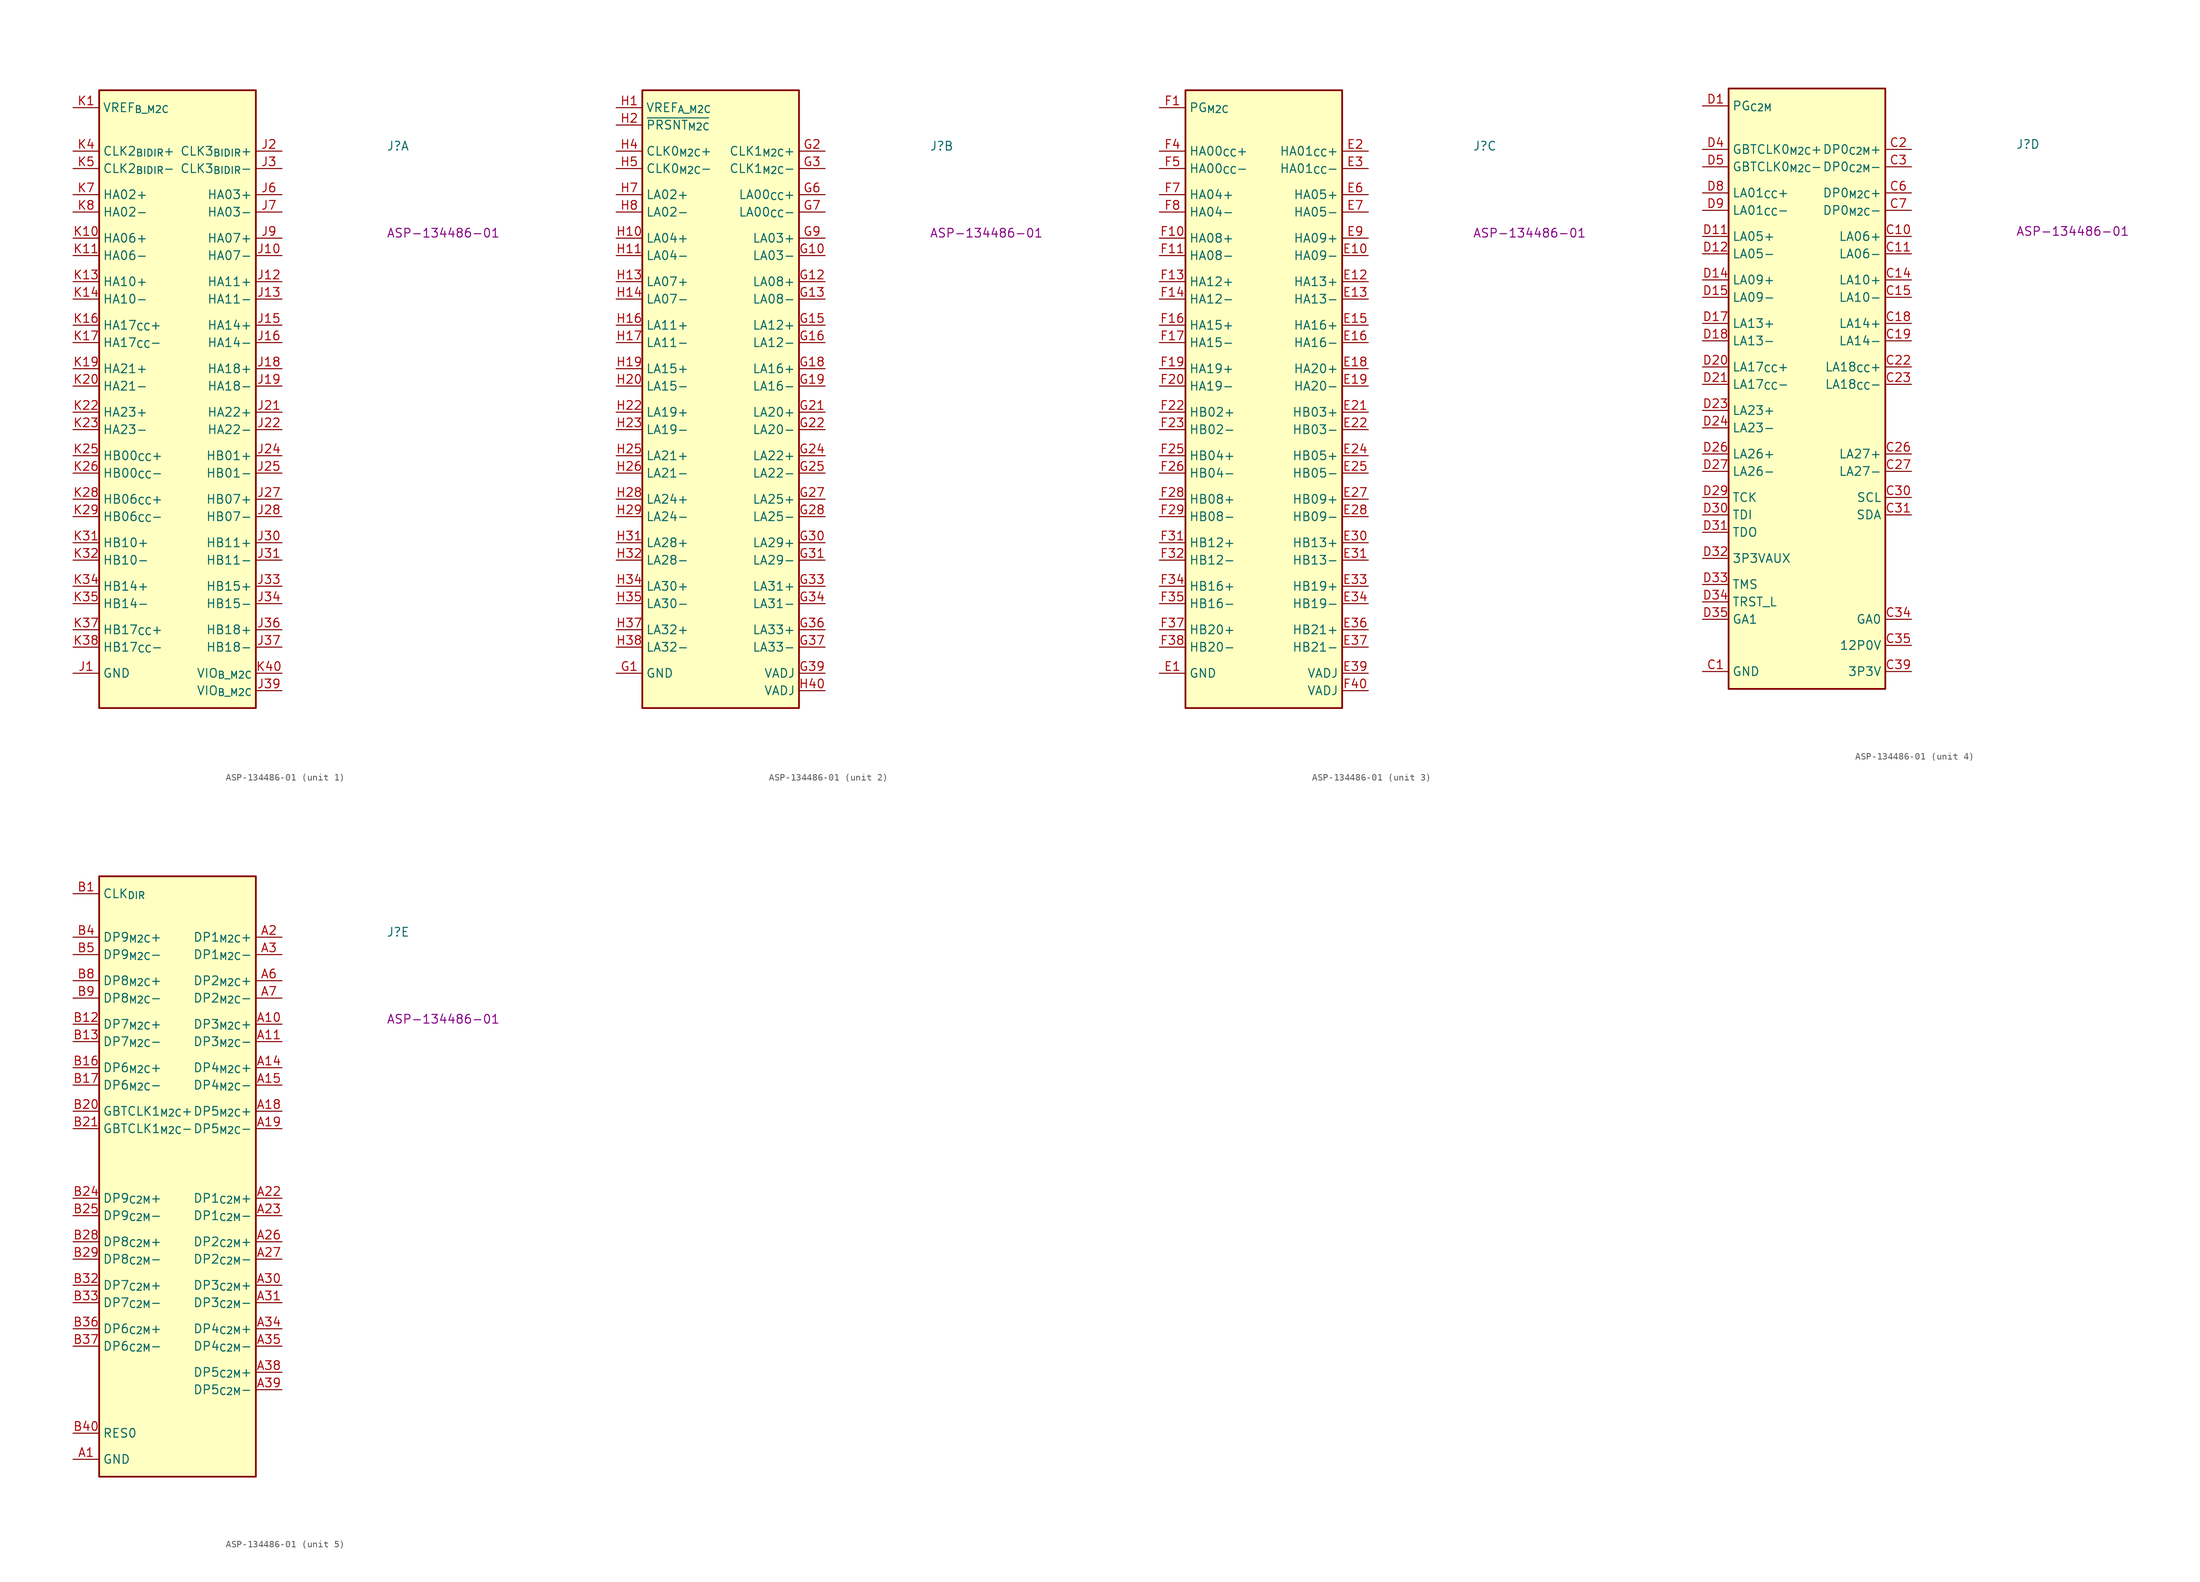
<source format=kicad_sym>
(kicad_symbol_lib
  (version 20220914)
  (generator kicad_symbol_editor)
  (symbol "ASP-134486-01"
    (property "Reference" "J"
      (at 45.72 -6.35 0)
      (effects (font (size 1.27 1.27) (thickness 0.15)) (justify left bottom)))
    (property "MPN" "ASP-134486-01"
      (at 45.72 -19.05 0)
      (effects (font (size 1.27 1.27) (thickness 0.15)) (justify left bottom)))
    (property "ki_locked" ""
      (at 0 0 0)
      (effects (font (size 1.27 1.27))))
    (symbol "ASP-134486-01_1_1"
      (rectangle (start 3.81 2.54) (end 26.67 -87.63) (stroke (width 0.254) (type default)) (fill (type background)))
      (pin passive line (at 0 -82.55 0) (length 3.81) (name "GND" (effects (font (size 1.27 1.27)))) (number "J1" (effects (font (size 1.27 1.27)))))
      (pin passive line (at 30.48 -21.59 180) (length 3.81) (name "HA07-" (effects (font (size 1.27 1.27)))) (number "J10" (effects (font (size 1.27 1.27)))))
      (pin passive line (at 0 -82.55 0) (length 3.81) hide (name "GND" (effects (font (size 1.27 1.27)))) (number "J11" (effects (font (size 1.27 1.27)))))
      (pin passive line (at 30.48 -25.4 180) (length 3.81) (name "HA11+" (effects (font (size 1.27 1.27)))) (number "J12" (effects (font (size 1.27 1.27)))))
      (pin passive line (at 30.48 -27.94 180) (length 3.81) (name "HA11-" (effects (font (size 1.27 1.27)))) (number "J13" (effects (font (size 1.27 1.27)))))
      (pin passive line (at 0 -82.55 0) (length 3.81) hide (name "GND" (effects (font (size 1.27 1.27)))) (number "J14" (effects (font (size 1.27 1.27)))))
      (pin passive line (at 30.48 -31.75 180) (length 3.81) (name "HA14+" (effects (font (size 1.27 1.27)))) (number "J15" (effects (font (size 1.27 1.27)))))
      (pin passive line (at 30.48 -34.29 180) (length 3.81) (name "HA14-" (effects (font (size 1.27 1.27)))) (number "J16" (effects (font (size 1.27 1.27)))))
      (pin passive line (at 0 -82.55 0) (length 3.81) hide (name "GND" (effects (font (size 1.27 1.27)))) (number "J17" (effects (font (size 1.27 1.27)))))
      (pin passive line (at 30.48 -38.1 180) (length 3.81) (name "HA18+" (effects (font (size 1.27 1.27)))) (number "J18" (effects (font (size 1.27 1.27)))))
      (pin passive line (at 30.48 -40.64 180) (length 3.81) (name "HA18-" (effects (font (size 1.27 1.27)))) (number "J19" (effects (font (size 1.27 1.27)))))
      (pin passive line (at 30.48 -6.35 180) (length 3.81) (name "CLK3_{BIDIR}+" (effects (font (size 1.27 1.27)))) (number "J2" (effects (font (size 1.27 1.27)))))
      (pin passive line (at 0 -82.55 0) (length 3.81) hide (name "GND" (effects (font (size 1.27 1.27)))) (number "J20" (effects (font (size 1.27 1.27)))))
      (pin passive line (at 30.48 -44.45 180) (length 3.81) (name "HA22+" (effects (font (size 1.27 1.27)))) (number "J21" (effects (font (size 1.27 1.27)))))
      (pin passive line (at 30.48 -46.99 180) (length 3.81) (name "HA22-" (effects (font (size 1.27 1.27)))) (number "J22" (effects (font (size 1.27 1.27)))))
      (pin passive line (at 0 -82.55 0) (length 3.81) hide (name "GND" (effects (font (size 1.27 1.27)))) (number "J23" (effects (font (size 1.27 1.27)))))
      (pin passive line (at 30.48 -50.8 180) (length 3.81) (name "HB01+" (effects (font (size 1.27 1.27)))) (number "J24" (effects (font (size 1.27 1.27)))))
      (pin passive line (at 30.48 -53.34 180) (length 3.81) (name "HB01-" (effects (font (size 1.27 1.27)))) (number "J25" (effects (font (size 1.27 1.27)))))
      (pin passive line (at 0 -82.55 0) (length 3.81) hide (name "GND" (effects (font (size 1.27 1.27)))) (number "J26" (effects (font (size 1.27 1.27)))))
      (pin passive line (at 30.48 -57.15 180) (length 3.81) (name "HB07+" (effects (font (size 1.27 1.27)))) (number "J27" (effects (font (size 1.27 1.27)))))
      (pin passive line (at 30.48 -59.69 180) (length 3.81) (name "HB07-" (effects (font (size 1.27 1.27)))) (number "J28" (effects (font (size 1.27 1.27)))))
      (pin passive line (at 0 -82.55 0) (length 3.81) hide (name "GND" (effects (font (size 1.27 1.27)))) (number "J29" (effects (font (size 1.27 1.27)))))
      (pin passive line (at 30.48 -8.89 180) (length 3.81) (name "CLK3_{BIDIR}-" (effects (font (size 1.27 1.27)))) (number "J3" (effects (font (size 1.27 1.27)))))
      (pin passive line (at 30.48 -63.5 180) (length 3.81) (name "HB11+" (effects (font (size 1.27 1.27)))) (number "J30" (effects (font (size 1.27 1.27)))))
      (pin passive line (at 30.48 -66.04 180) (length 3.81) (name "HB11-" (effects (font (size 1.27 1.27)))) (number "J31" (effects (font (size 1.27 1.27)))))
      (pin passive line (at 0 -82.55 0) (length 3.81) hide (name "GND" (effects (font (size 1.27 1.27)))) (number "J32" (effects (font (size 1.27 1.27)))))
      (pin passive line (at 30.48 -69.85 180) (length 3.81) (name "HB15+" (effects (font (size 1.27 1.27)))) (number "J33" (effects (font (size 1.27 1.27)))))
      (pin passive line (at 30.48 -72.39 180) (length 3.81) (name "HB15-" (effects (font (size 1.27 1.27)))) (number "J34" (effects (font (size 1.27 1.27)))))
      (pin passive line (at 0 -82.55 0) (length 3.81) hide (name "GND" (effects (font (size 1.27 1.27)))) (number "J35" (effects (font (size 1.27 1.27)))))
      (pin passive line (at 30.48 -76.2 180) (length 3.81) (name "HB18+" (effects (font (size 1.27 1.27)))) (number "J36" (effects (font (size 1.27 1.27)))))
      (pin passive line (at 30.48 -78.74 180) (length 3.81) (name "HB18-" (effects (font (size 1.27 1.27)))) (number "J37" (effects (font (size 1.27 1.27)))))
      (pin passive line (at 0 -82.55 0) (length 3.81) hide (name "GND" (effects (font (size 1.27 1.27)))) (number "J38" (effects (font (size 1.27 1.27)))))
      (pin passive line (at 30.48 -85.09 180) (length 3.81) (name "VIO_{B_M2C}" (effects (font (size 1.27 1.27)))) (number "J39" (effects (font (size 1.27 1.27)))))
      (pin passive line (at 0 -82.55 0) (length 3.81) hide (name "GND" (effects (font (size 1.27 1.27)))) (number "J4" (effects (font (size 1.27 1.27)))))
      (pin passive line (at 0 -82.55 0) (length 3.81) hide (name "GND" (effects (font (size 1.27 1.27)))) (number "J40" (effects (font (size 1.27 1.27)))))
      (pin passive line (at 0 -82.55 0) (length 3.81) hide (name "GND" (effects (font (size 1.27 1.27)))) (number "J5" (effects (font (size 1.27 1.27)))))
      (pin passive line (at 30.48 -12.7 180) (length 3.81) (name "HA03+" (effects (font (size 1.27 1.27)))) (number "J6" (effects (font (size 1.27 1.27)))))
      (pin passive line (at 30.48 -15.24 180) (length 3.81) (name "HA03-" (effects (font (size 1.27 1.27)))) (number "J7" (effects (font (size 1.27 1.27)))))
      (pin passive line (at 0 -82.55 0) (length 3.81) hide (name "GND" (effects (font (size 1.27 1.27)))) (number "J8" (effects (font (size 1.27 1.27)))))
      (pin passive line (at 30.48 -19.05 180) (length 3.81) (name "HA07+" (effects (font (size 1.27 1.27)))) (number "J9" (effects (font (size 1.27 1.27)))))
      (pin passive line (at 0 0 0) (length 3.81) (name "VREF_{B_M2C}" (effects (font (size 1.27 1.27)))) (number "K1" (effects (font (size 1.27 1.27)))))
      (pin passive line (at 0 -19.05 0) (length 3.81) (name "HA06+" (effects (font (size 1.27 1.27)))) (number "K10" (effects (font (size 1.27 1.27)))))
      (pin passive line (at 0 -21.59 0) (length 3.81) (name "HA06-" (effects (font (size 1.27 1.27)))) (number "K11" (effects (font (size 1.27 1.27)))))
      (pin passive line (at 0 -82.55 0) (length 3.81) hide (name "GND" (effects (font (size 1.27 1.27)))) (number "K12" (effects (font (size 1.27 1.27)))))
      (pin passive line (at 0 -25.4 0) (length 3.81) (name "HA10+" (effects (font (size 1.27 1.27)))) (number "K13" (effects (font (size 1.27 1.27)))))
      (pin passive line (at 0 -27.94 0) (length 3.81) (name "HA10-" (effects (font (size 1.27 1.27)))) (number "K14" (effects (font (size 1.27 1.27)))))
      (pin passive line (at 0 -82.55 0) (length 3.81) hide (name "GND" (effects (font (size 1.27 1.27)))) (number "K15" (effects (font (size 1.27 1.27)))))
      (pin passive line (at 0 -31.75 0) (length 3.81) (name "HA17_{CC}+" (effects (font (size 1.27 1.27)))) (number "K16" (effects (font (size 1.27 1.27)))))
      (pin passive line (at 0 -34.29 0) (length 3.81) (name "HA17_{CC}-" (effects (font (size 1.27 1.27)))) (number "K17" (effects (font (size 1.27 1.27)))))
      (pin passive line (at 0 -82.55 0) (length 3.81) hide (name "GND" (effects (font (size 1.27 1.27)))) (number "K18" (effects (font (size 1.27 1.27)))))
      (pin passive line (at 0 -38.1 0) (length 3.81) (name "HA21+" (effects (font (size 1.27 1.27)))) (number "K19" (effects (font (size 1.27 1.27)))))
      (pin passive line (at 0 -82.55 0) (length 3.81) hide (name "GND" (effects (font (size 1.27 1.27)))) (number "K2" (effects (font (size 1.27 1.27)))))
      (pin passive line (at 0 -40.64 0) (length 3.81) (name "HA21-" (effects (font (size 1.27 1.27)))) (number "K20" (effects (font (size 1.27 1.27)))))
      (pin passive line (at 0 -82.55 0) (length 3.81) hide (name "GND" (effects (font (size 1.27 1.27)))) (number "K21" (effects (font (size 1.27 1.27)))))
      (pin passive line (at 0 -44.45 0) (length 3.81) (name "HA23+" (effects (font (size 1.27 1.27)))) (number "K22" (effects (font (size 1.27 1.27)))))
      (pin passive line (at 0 -46.99 0) (length 3.81) (name "HA23-" (effects (font (size 1.27 1.27)))) (number "K23" (effects (font (size 1.27 1.27)))))
      (pin passive line (at 0 -82.55 0) (length 3.81) hide (name "GND" (effects (font (size 1.27 1.27)))) (number "K24" (effects (font (size 1.27 1.27)))))
      (pin passive line (at 0 -50.8 0) (length 3.81) (name "HB00_{CC}+" (effects (font (size 1.27 1.27)))) (number "K25" (effects (font (size 1.27 1.27)))))
      (pin passive line (at 0 -53.34 0) (length 3.81) (name "HB00_{CC}-" (effects (font (size 1.27 1.27)))) (number "K26" (effects (font (size 1.27 1.27)))))
      (pin passive line (at 0 -82.55 0) (length 3.81) hide (name "GND" (effects (font (size 1.27 1.27)))) (number "K27" (effects (font (size 1.27 1.27)))))
      (pin passive line (at 0 -57.15 0) (length 3.81) (name "HB06_{CC}+" (effects (font (size 1.27 1.27)))) (number "K28" (effects (font (size 1.27 1.27)))))
      (pin passive line (at 0 -59.69 0) (length 3.81) (name "HB06_{CC}-" (effects (font (size 1.27 1.27)))) (number "K29" (effects (font (size 1.27 1.27)))))
      (pin passive line (at 0 -82.55 0) (length 3.81) hide (name "GND" (effects (font (size 1.27 1.27)))) (number "K3" (effects (font (size 1.27 1.27)))))
      (pin passive line (at 0 -82.55 0) (length 3.81) hide (name "GND" (effects (font (size 1.27 1.27)))) (number "K30" (effects (font (size 1.27 1.27)))))
      (pin passive line (at 0 -63.5 0) (length 3.81) (name "HB10+" (effects (font (size 1.27 1.27)))) (number "K31" (effects (font (size 1.27 1.27)))))
      (pin passive line (at 0 -66.04 0) (length 3.81) (name "HB10-" (effects (font (size 1.27 1.27)))) (number "K32" (effects (font (size 1.27 1.27)))))
      (pin passive line (at 0 -82.55 0) (length 3.81) hide (name "GND" (effects (font (size 1.27 1.27)))) (number "K33" (effects (font (size 1.27 1.27)))))
      (pin passive line (at 0 -69.85 0) (length 3.81) (name "HB14+" (effects (font (size 1.27 1.27)))) (number "K34" (effects (font (size 1.27 1.27)))))
      (pin passive line (at 0 -72.39 0) (length 3.81) (name "HB14-" (effects (font (size 1.27 1.27)))) (number "K35" (effects (font (size 1.27 1.27)))))
      (pin passive line (at 0 -82.55 0) (length 3.81) hide (name "GND" (effects (font (size 1.27 1.27)))) (number "K36" (effects (font (size 1.27 1.27)))))
      (pin passive line (at 0 -76.2 0) (length 3.81) (name "HB17_{CC}+" (effects (font (size 1.27 1.27)))) (number "K37" (effects (font (size 1.27 1.27)))))
      (pin passive line (at 0 -78.74 0) (length 3.81) (name "HB17_{CC}-" (effects (font (size 1.27 1.27)))) (number "K38" (effects (font (size 1.27 1.27)))))
      (pin passive line (at 0 -82.55 0) (length 3.81) hide (name "GND" (effects (font (size 1.27 1.27)))) (number "K39" (effects (font (size 1.27 1.27)))))
      (pin passive line (at 0 -6.35 0) (length 3.81) (name "CLK2_{BIDIR}+" (effects (font (size 1.27 1.27)))) (number "K4" (effects (font (size 1.27 1.27)))))
      (pin passive line (at 30.48 -82.55 180) (length 3.81) (name "VIO_{B_M2C}" (effects (font (size 1.27 1.27)))) (number "K40" (effects (font (size 1.27 1.27)))))
      (pin passive line (at 0 -8.89 0) (length 3.81) (name "CLK2_{BIDIR}-" (effects (font (size 1.27 1.27)))) (number "K5" (effects (font (size 1.27 1.27)))))
      (pin passive line (at 0 -82.55 0) (length 3.81) hide (name "GND" (effects (font (size 1.27 1.27)))) (number "K6" (effects (font (size 1.27 1.27)))))
      (pin passive line (at 0 -12.7 0) (length 3.81) (name "HA02+" (effects (font (size 1.27 1.27)))) (number "K7" (effects (font (size 1.27 1.27)))))
      (pin passive line (at 0 -15.24 0) (length 3.81) (name "HA02-" (effects (font (size 1.27 1.27)))) (number "K8" (effects (font (size 1.27 1.27)))))
      (pin passive line (at 0 -82.55 0) (length 3.81) hide (name "GND" (effects (font (size 1.27 1.27)))) (number "K9" (effects (font (size 1.27 1.27))))))
    (symbol "ASP-134486-01_2_1"
      (rectangle (start 3.81 2.54) (end 26.67 -87.63) (stroke (width 0.254) (type default)) (fill (type background)))
      (pin passive line (at 0 -82.55 0) (length 3.81) (name "GND" (effects (font (size 1.27 1.27)))) (number "G1" (effects (font (size 1.27 1.27)))))
      (pin passive line (at 30.48 -21.59 180) (length 3.81) (name "LA03-" (effects (font (size 1.27 1.27)))) (number "G10" (effects (font (size 1.27 1.27)))))
      (pin passive line (at 0 -82.55 0) (length 3.81) hide (name "GND" (effects (font (size 1.27 1.27)))) (number "G11" (effects (font (size 1.27 1.27)))))
      (pin passive line (at 30.48 -25.4 180) (length 3.81) (name "LA08+" (effects (font (size 1.27 1.27)))) (number "G12" (effects (font (size 1.27 1.27)))))
      (pin passive line (at 30.48 -27.94 180) (length 3.81) (name "LA08-" (effects (font (size 1.27 1.27)))) (number "G13" (effects (font (size 1.27 1.27)))))
      (pin passive line (at 0 -82.55 0) (length 3.81) hide (name "GND" (effects (font (size 1.27 1.27)))) (number "G14" (effects (font (size 1.27 1.27)))))
      (pin passive line (at 30.48 -31.75 180) (length 3.81) (name "LA12+" (effects (font (size 1.27 1.27)))) (number "G15" (effects (font (size 1.27 1.27)))))
      (pin passive line (at 30.48 -34.29 180) (length 3.81) (name "LA12-" (effects (font (size 1.27 1.27)))) (number "G16" (effects (font (size 1.27 1.27)))))
      (pin passive line (at 0 -82.55 0) (length 3.81) hide (name "GND" (effects (font (size 1.27 1.27)))) (number "G17" (effects (font (size 1.27 1.27)))))
      (pin passive line (at 30.48 -38.1 180) (length 3.81) (name "LA16+" (effects (font (size 1.27 1.27)))) (number "G18" (effects (font (size 1.27 1.27)))))
      (pin passive line (at 30.48 -40.64 180) (length 3.81) (name "LA16-" (effects (font (size 1.27 1.27)))) (number "G19" (effects (font (size 1.27 1.27)))))
      (pin passive line (at 30.48 -6.35 180) (length 3.81) (name "CLK1_{M2C}+" (effects (font (size 1.27 1.27)))) (number "G2" (effects (font (size 1.27 1.27)))))
      (pin passive line (at 0 -82.55 0) (length 3.81) hide (name "GND" (effects (font (size 1.27 1.27)))) (number "G20" (effects (font (size 1.27 1.27)))))
      (pin passive line (at 30.48 -44.45 180) (length 3.81) (name "LA20+" (effects (font (size 1.27 1.27)))) (number "G21" (effects (font (size 1.27 1.27)))))
      (pin passive line (at 30.48 -46.99 180) (length 3.81) (name "LA20-" (effects (font (size 1.27 1.27)))) (number "G22" (effects (font (size 1.27 1.27)))))
      (pin passive line (at 0 -82.55 0) (length 3.81) hide (name "GND" (effects (font (size 1.27 1.27)))) (number "G23" (effects (font (size 1.27 1.27)))))
      (pin passive line (at 30.48 -50.8 180) (length 3.81) (name "LA22+" (effects (font (size 1.27 1.27)))) (number "G24" (effects (font (size 1.27 1.27)))))
      (pin passive line (at 30.48 -53.34 180) (length 3.81) (name "LA22-" (effects (font (size 1.27 1.27)))) (number "G25" (effects (font (size 1.27 1.27)))))
      (pin passive line (at 0 -82.55 0) (length 3.81) hide (name "GND" (effects (font (size 1.27 1.27)))) (number "G26" (effects (font (size 1.27 1.27)))))
      (pin passive line (at 30.48 -57.15 180) (length 3.81) (name "LA25+" (effects (font (size 1.27 1.27)))) (number "G27" (effects (font (size 1.27 1.27)))))
      (pin passive line (at 30.48 -59.69 180) (length 3.81) (name "LA25-" (effects (font (size 1.27 1.27)))) (number "G28" (effects (font (size 1.27 1.27)))))
      (pin passive line (at 0 -82.55 0) (length 3.81) hide (name "GND" (effects (font (size 1.27 1.27)))) (number "G29" (effects (font (size 1.27 1.27)))))
      (pin passive line (at 30.48 -8.89 180) (length 3.81) (name "CLK1_{M2C}-" (effects (font (size 1.27 1.27)))) (number "G3" (effects (font (size 1.27 1.27)))))
      (pin passive line (at 30.48 -63.5 180) (length 3.81) (name "LA29+" (effects (font (size 1.27 1.27)))) (number "G30" (effects (font (size 1.27 1.27)))))
      (pin passive line (at 30.48 -66.04 180) (length 3.81) (name "LA29-" (effects (font (size 1.27 1.27)))) (number "G31" (effects (font (size 1.27 1.27)))))
      (pin passive line (at 0 -82.55 0) (length 3.81) hide (name "GND" (effects (font (size 1.27 1.27)))) (number "G32" (effects (font (size 1.27 1.27)))))
      (pin passive line (at 30.48 -69.85 180) (length 3.81) (name "LA31+" (effects (font (size 1.27 1.27)))) (number "G33" (effects (font (size 1.27 1.27)))))
      (pin passive line (at 30.48 -72.39 180) (length 3.81) (name "LA31-" (effects (font (size 1.27 1.27)))) (number "G34" (effects (font (size 1.27 1.27)))))
      (pin passive line (at 0 -82.55 0) (length 3.81) hide (name "GND" (effects (font (size 1.27 1.27)))) (number "G35" (effects (font (size 1.27 1.27)))))
      (pin passive line (at 30.48 -76.2 180) (length 3.81) (name "LA33+" (effects (font (size 1.27 1.27)))) (number "G36" (effects (font (size 1.27 1.27)))))
      (pin passive line (at 30.48 -78.74 180) (length 3.81) (name "LA33-" (effects (font (size 1.27 1.27)))) (number "G37" (effects (font (size 1.27 1.27)))))
      (pin passive line (at 0 -82.55 0) (length 3.81) hide (name "GND" (effects (font (size 1.27 1.27)))) (number "G38" (effects (font (size 1.27 1.27)))))
      (pin passive line (at 30.48 -82.55 180) (length 3.81) (name "VADJ" (effects (font (size 1.27 1.27)))) (number "G39" (effects (font (size 1.27 1.27)))))
      (pin passive line (at 0 -82.55 0) (length 3.81) hide (name "GND" (effects (font (size 1.27 1.27)))) (number "G4" (effects (font (size 1.27 1.27)))))
      (pin passive line (at 0 -82.55 0) (length 3.81) hide (name "GND" (effects (font (size 1.27 1.27)))) (number "G40" (effects (font (size 1.27 1.27)))))
      (pin passive line (at 0 -82.55 0) (length 3.81) hide (name "GND" (effects (font (size 1.27 1.27)))) (number "G5" (effects (font (size 1.27 1.27)))))
      (pin passive line (at 30.48 -12.7 180) (length 3.81) (name "LA00_{CC}+" (effects (font (size 1.27 1.27)))) (number "G6" (effects (font (size 1.27 1.27)))))
      (pin passive line (at 30.48 -15.24 180) (length 3.81) (name "LA00_{CC}-" (effects (font (size 1.27 1.27)))) (number "G7" (effects (font (size 1.27 1.27)))))
      (pin passive line (at 0 -82.55 0) (length 3.81) hide (name "GND" (effects (font (size 1.27 1.27)))) (number "G8" (effects (font (size 1.27 1.27)))))
      (pin passive line (at 30.48 -19.05 180) (length 3.81) (name "LA03+" (effects (font (size 1.27 1.27)))) (number "G9" (effects (font (size 1.27 1.27)))))
      (pin passive line (at 0 0 0) (length 3.81) (name "VREF_{A_M2C}" (effects (font (size 1.27 1.27)))) (number "H1" (effects (font (size 1.27 1.27)))))
      (pin passive line (at 0 -19.05 0) (length 3.81) (name "LA04+" (effects (font (size 1.27 1.27)))) (number "H10" (effects (font (size 1.27 1.27)))))
      (pin passive line (at 0 -21.59 0) (length 3.81) (name "LA04-" (effects (font (size 1.27 1.27)))) (number "H11" (effects (font (size 1.27 1.27)))))
      (pin passive line (at 0 -82.55 0) (length 3.81) hide (name "GND" (effects (font (size 1.27 1.27)))) (number "H12" (effects (font (size 1.27 1.27)))))
      (pin passive line (at 0 -25.4 0) (length 3.81) (name "LA07+" (effects (font (size 1.27 1.27)))) (number "H13" (effects (font (size 1.27 1.27)))))
      (pin passive line (at 0 -27.94 0) (length 3.81) (name "LA07-" (effects (font (size 1.27 1.27)))) (number "H14" (effects (font (size 1.27 1.27)))))
      (pin passive line (at 0 -82.55 0) (length 3.81) hide (name "GND" (effects (font (size 1.27 1.27)))) (number "H15" (effects (font (size 1.27 1.27)))))
      (pin passive line (at 0 -31.75 0) (length 3.81) (name "LA11+" (effects (font (size 1.27 1.27)))) (number "H16" (effects (font (size 1.27 1.27)))))
      (pin passive line (at 0 -34.29 0) (length 3.81) (name "LA11-" (effects (font (size 1.27 1.27)))) (number "H17" (effects (font (size 1.27 1.27)))))
      (pin passive line (at 0 -82.55 0) (length 3.81) hide (name "GND" (effects (font (size 1.27 1.27)))) (number "H18" (effects (font (size 1.27 1.27)))))
      (pin passive line (at 0 -38.1 0) (length 3.81) (name "LA15+" (effects (font (size 1.27 1.27)))) (number "H19" (effects (font (size 1.27 1.27)))))
      (pin passive line (at 0 -2.54 0) (length 3.81) (name "~{PRSNT_{M2C}}" (effects (font (size 1.27 1.27)))) (number "H2" (effects (font (size 1.27 1.27)))))
      (pin passive line (at 0 -40.64 0) (length 3.81) (name "LA15-" (effects (font (size 1.27 1.27)))) (number "H20" (effects (font (size 1.27 1.27)))))
      (pin passive line (at 0 -82.55 0) (length 3.81) hide (name "GND" (effects (font (size 1.27 1.27)))) (number "H21" (effects (font (size 1.27 1.27)))))
      (pin passive line (at 0 -44.45 0) (length 3.81) (name "LA19+" (effects (font (size 1.27 1.27)))) (number "H22" (effects (font (size 1.27 1.27)))))
      (pin passive line (at 0 -46.99 0) (length 3.81) (name "LA19-" (effects (font (size 1.27 1.27)))) (number "H23" (effects (font (size 1.27 1.27)))))
      (pin passive line (at 0 -82.55 0) (length 3.81) hide (name "GND" (effects (font (size 1.27 1.27)))) (number "H24" (effects (font (size 1.27 1.27)))))
      (pin passive line (at 0 -50.8 0) (length 3.81) (name "LA21+" (effects (font (size 1.27 1.27)))) (number "H25" (effects (font (size 1.27 1.27)))))
      (pin passive line (at 0 -53.34 0) (length 3.81) (name "LA21-" (effects (font (size 1.27 1.27)))) (number "H26" (effects (font (size 1.27 1.27)))))
      (pin passive line (at 0 -82.55 0) (length 3.81) hide (name "GND" (effects (font (size 1.27 1.27)))) (number "H27" (effects (font (size 1.27 1.27)))))
      (pin passive line (at 0 -57.15 0) (length 3.81) (name "LA24+" (effects (font (size 1.27 1.27)))) (number "H28" (effects (font (size 1.27 1.27)))))
      (pin passive line (at 0 -59.69 0) (length 3.81) (name "LA24-" (effects (font (size 1.27 1.27)))) (number "H29" (effects (font (size 1.27 1.27)))))
      (pin passive line (at 0 -82.55 0) (length 3.81) hide (name "GND" (effects (font (size 1.27 1.27)))) (number "H3" (effects (font (size 1.27 1.27)))))
      (pin passive line (at 0 -82.55 0) (length 3.81) hide (name "GND" (effects (font (size 1.27 1.27)))) (number "H30" (effects (font (size 1.27 1.27)))))
      (pin passive line (at 0 -63.5 0) (length 3.81) (name "LA28+" (effects (font (size 1.27 1.27)))) (number "H31" (effects (font (size 1.27 1.27)))))
      (pin passive line (at 0 -66.04 0) (length 3.81) (name "LA28-" (effects (font (size 1.27 1.27)))) (number "H32" (effects (font (size 1.27 1.27)))))
      (pin passive line (at 0 -82.55 0) (length 3.81) hide (name "GND" (effects (font (size 1.27 1.27)))) (number "H33" (effects (font (size 1.27 1.27)))))
      (pin passive line (at 0 -69.85 0) (length 3.81) (name "LA30+" (effects (font (size 1.27 1.27)))) (number "H34" (effects (font (size 1.27 1.27)))))
      (pin passive line (at 0 -72.39 0) (length 3.81) (name "LA30-" (effects (font (size 1.27 1.27)))) (number "H35" (effects (font (size 1.27 1.27)))))
      (pin passive line (at 0 -82.55 0) (length 3.81) hide (name "GND" (effects (font (size 1.27 1.27)))) (number "H36" (effects (font (size 1.27 1.27)))))
      (pin passive line (at 0 -76.2 0) (length 3.81) (name "LA32+" (effects (font (size 1.27 1.27)))) (number "H37" (effects (font (size 1.27 1.27)))))
      (pin passive line (at 0 -78.74 0) (length 3.81) (name "LA32-" (effects (font (size 1.27 1.27)))) (number "H38" (effects (font (size 1.27 1.27)))))
      (pin passive line (at 0 -82.55 0) (length 3.81) hide (name "GND" (effects (font (size 1.27 1.27)))) (number "H39" (effects (font (size 1.27 1.27)))))
      (pin passive line (at 0 -6.35 0) (length 3.81) (name "CLK0_{M2C}+" (effects (font (size 1.27 1.27)))) (number "H4" (effects (font (size 1.27 1.27)))))
      (pin passive line (at 30.48 -85.09 180) (length 3.81) (name "VADJ" (effects (font (size 1.27 1.27)))) (number "H40" (effects (font (size 1.27 1.27)))))
      (pin passive line (at 0 -8.89 0) (length 3.81) (name "CLK0_{M2C}-" (effects (font (size 1.27 1.27)))) (number "H5" (effects (font (size 1.27 1.27)))))
      (pin passive line (at 0 -82.55 0) (length 3.81) hide (name "GND" (effects (font (size 1.27 1.27)))) (number "H6" (effects (font (size 1.27 1.27)))))
      (pin passive line (at 0 -12.7 0) (length 3.81) (name "LA02+" (effects (font (size 1.27 1.27)))) (number "H7" (effects (font (size 1.27 1.27)))))
      (pin passive line (at 0 -15.24 0) (length 3.81) (name "LA02-" (effects (font (size 1.27 1.27)))) (number "H8" (effects (font (size 1.27 1.27)))))
      (pin passive line (at 0 -82.55 0) (length 3.81) hide (name "GND" (effects (font (size 1.27 1.27)))) (number "H9" (effects (font (size 1.27 1.27))))))
    (symbol "ASP-134486-01_3_1"
      (rectangle (start 3.81 2.54) (end 26.67 -87.63) (stroke (width 0.254) (type default)) (fill (type background)))
      (pin passive line (at 0 -82.55 0) (length 3.81) (name "GND" (effects (font (size 1.27 1.27)))) (number "E1" (effects (font (size 1.27 1.27)))))
      (pin passive line (at 30.48 -21.59 180) (length 3.81) (name "HA09-" (effects (font (size 1.27 1.27)))) (number "E10" (effects (font (size 1.27 1.27)))))
      (pin passive line (at 0 -82.55 0) (length 3.81) hide (name "GND" (effects (font (size 1.27 1.27)))) (number "E11" (effects (font (size 1.27 1.27)))))
      (pin passive line (at 30.48 -25.4 180) (length 3.81) (name "HA13+" (effects (font (size 1.27 1.27)))) (number "E12" (effects (font (size 1.27 1.27)))))
      (pin passive line (at 30.48 -27.94 180) (length 3.81) (name "HA13-" (effects (font (size 1.27 1.27)))) (number "E13" (effects (font (size 1.27 1.27)))))
      (pin passive line (at 0 -82.55 0) (length 3.81) hide (name "GND" (effects (font (size 1.27 1.27)))) (number "E14" (effects (font (size 1.27 1.27)))))
      (pin passive line (at 30.48 -31.75 180) (length 3.81) (name "HA16+" (effects (font (size 1.27 1.27)))) (number "E15" (effects (font (size 1.27 1.27)))))
      (pin passive line (at 30.48 -34.29 180) (length 3.81) (name "HA16-" (effects (font (size 1.27 1.27)))) (number "E16" (effects (font (size 1.27 1.27)))))
      (pin passive line (at 0 -82.55 0) (length 3.81) hide (name "GND" (effects (font (size 1.27 1.27)))) (number "E17" (effects (font (size 1.27 1.27)))))
      (pin passive line (at 30.48 -38.1 180) (length 3.81) (name "HA20+" (effects (font (size 1.27 1.27)))) (number "E18" (effects (font (size 1.27 1.27)))))
      (pin passive line (at 30.48 -40.64 180) (length 3.81) (name "HA20-" (effects (font (size 1.27 1.27)))) (number "E19" (effects (font (size 1.27 1.27)))))
      (pin passive line (at 30.48 -6.35 180) (length 3.81) (name "HA01_{CC}+" (effects (font (size 1.27 1.27)))) (number "E2" (effects (font (size 1.27 1.27)))))
      (pin passive line (at 0 -82.55 0) (length 3.81) hide (name "GND" (effects (font (size 1.27 1.27)))) (number "E20" (effects (font (size 1.27 1.27)))))
      (pin passive line (at 30.48 -44.45 180) (length 3.81) (name "HB03+" (effects (font (size 1.27 1.27)))) (number "E21" (effects (font (size 1.27 1.27)))))
      (pin passive line (at 30.48 -46.99 180) (length 3.81) (name "HB03-" (effects (font (size 1.27 1.27)))) (number "E22" (effects (font (size 1.27 1.27)))))
      (pin passive line (at 0 -82.55 0) (length 3.81) hide (name "GND" (effects (font (size 1.27 1.27)))) (number "E23" (effects (font (size 1.27 1.27)))))
      (pin passive line (at 30.48 -50.8 180) (length 3.81) (name "HB05+" (effects (font (size 1.27 1.27)))) (number "E24" (effects (font (size 1.27 1.27)))))
      (pin passive line (at 30.48 -53.34 180) (length 3.81) (name "HB05-" (effects (font (size 1.27 1.27)))) (number "E25" (effects (font (size 1.27 1.27)))))
      (pin passive line (at 0 -82.55 0) (length 3.81) hide (name "GND" (effects (font (size 1.27 1.27)))) (number "E26" (effects (font (size 1.27 1.27)))))
      (pin passive line (at 30.48 -57.15 180) (length 3.81) (name "HB09+" (effects (font (size 1.27 1.27)))) (number "E27" (effects (font (size 1.27 1.27)))))
      (pin passive line (at 30.48 -59.69 180) (length 3.81) (name "HB09-" (effects (font (size 1.27 1.27)))) (number "E28" (effects (font (size 1.27 1.27)))))
      (pin passive line (at 0 -82.55 0) (length 3.81) hide (name "GND" (effects (font (size 1.27 1.27)))) (number "E29" (effects (font (size 1.27 1.27)))))
      (pin passive line (at 30.48 -8.89 180) (length 3.81) (name "HA01_{CC}-" (effects (font (size 1.27 1.27)))) (number "E3" (effects (font (size 1.27 1.27)))))
      (pin passive line (at 30.48 -63.5 180) (length 3.81) (name "HB13+" (effects (font (size 1.27 1.27)))) (number "E30" (effects (font (size 1.27 1.27)))))
      (pin passive line (at 30.48 -66.04 180) (length 3.81) (name "HB13-" (effects (font (size 1.27 1.27)))) (number "E31" (effects (font (size 1.27 1.27)))))
      (pin passive line (at 0 -82.55 0) (length 3.81) hide (name "GND" (effects (font (size 1.27 1.27)))) (number "E32" (effects (font (size 1.27 1.27)))))
      (pin passive line (at 30.48 -69.85 180) (length 3.81) (name "HB19+" (effects (font (size 1.27 1.27)))) (number "E33" (effects (font (size 1.27 1.27)))))
      (pin passive line (at 30.48 -72.39 180) (length 3.81) (name "HB19-" (effects (font (size 1.27 1.27)))) (number "E34" (effects (font (size 1.27 1.27)))))
      (pin passive line (at 0 -82.55 0) (length 3.81) hide (name "GND" (effects (font (size 1.27 1.27)))) (number "E35" (effects (font (size 1.27 1.27)))))
      (pin passive line (at 30.48 -76.2 180) (length 3.81) (name "HB21+" (effects (font (size 1.27 1.27)))) (number "E36" (effects (font (size 1.27 1.27)))))
      (pin passive line (at 30.48 -78.74 180) (length 3.81) (name "HB21-" (effects (font (size 1.27 1.27)))) (number "E37" (effects (font (size 1.27 1.27)))))
      (pin passive line (at 0 -82.55 0) (length 3.81) hide (name "GND" (effects (font (size 1.27 1.27)))) (number "E38" (effects (font (size 1.27 1.27)))))
      (pin passive line (at 30.48 -82.55 180) (length 3.81) (name "VADJ" (effects (font (size 1.27 1.27)))) (number "E39" (effects (font (size 1.27 1.27)))))
      (pin passive line (at 0 -82.55 0) (length 3.81) hide (name "GND" (effects (font (size 1.27 1.27)))) (number "E4" (effects (font (size 1.27 1.27)))))
      (pin passive line (at 0 -82.55 0) (length 3.81) hide (name "GND" (effects (font (size 1.27 1.27)))) (number "E40" (effects (font (size 1.27 1.27)))))
      (pin passive line (at 0 -82.55 0) (length 3.81) hide (name "GND" (effects (font (size 1.27 1.27)))) (number "E5" (effects (font (size 1.27 1.27)))))
      (pin passive line (at 30.48 -12.7 180) (length 3.81) (name "HA05+" (effects (font (size 1.27 1.27)))) (number "E6" (effects (font (size 1.27 1.27)))))
      (pin passive line (at 30.48 -15.24 180) (length 3.81) (name "HA05-" (effects (font (size 1.27 1.27)))) (number "E7" (effects (font (size 1.27 1.27)))))
      (pin passive line (at 0 -82.55 0) (length 3.81) hide (name "GND" (effects (font (size 1.27 1.27)))) (number "E8" (effects (font (size 1.27 1.27)))))
      (pin passive line (at 30.48 -19.05 180) (length 3.81) (name "HA09+" (effects (font (size 1.27 1.27)))) (number "E9" (effects (font (size 1.27 1.27)))))
      (pin passive line (at 0 0 0) (length 3.81) (name "PG_{M2C}" (effects (font (size 1.27 1.27)))) (number "F1" (effects (font (size 1.27 1.27)))))
      (pin passive line (at 0 -19.05 0) (length 3.81) (name "HA08+" (effects (font (size 1.27 1.27)))) (number "F10" (effects (font (size 1.27 1.27)))))
      (pin passive line (at 0 -21.59 0) (length 3.81) (name "HA08-" (effects (font (size 1.27 1.27)))) (number "F11" (effects (font (size 1.27 1.27)))))
      (pin passive line (at 0 -82.55 0) (length 3.81) hide (name "GND" (effects (font (size 1.27 1.27)))) (number "F12" (effects (font (size 1.27 1.27)))))
      (pin passive line (at 0 -25.4 0) (length 3.81) (name "HA12+" (effects (font (size 1.27 1.27)))) (number "F13" (effects (font (size 1.27 1.27)))))
      (pin passive line (at 0 -27.94 0) (length 3.81) (name "HA12-" (effects (font (size 1.27 1.27)))) (number "F14" (effects (font (size 1.27 1.27)))))
      (pin passive line (at 0 -82.55 0) (length 3.81) hide (name "GND" (effects (font (size 1.27 1.27)))) (number "F15" (effects (font (size 1.27 1.27)))))
      (pin passive line (at 0 -31.75 0) (length 3.81) (name "HA15+" (effects (font (size 1.27 1.27)))) (number "F16" (effects (font (size 1.27 1.27)))))
      (pin passive line (at 0 -34.29 0) (length 3.81) (name "HA15-" (effects (font (size 1.27 1.27)))) (number "F17" (effects (font (size 1.27 1.27)))))
      (pin passive line (at 0 -82.55 0) (length 3.81) hide (name "GND" (effects (font (size 1.27 1.27)))) (number "F18" (effects (font (size 1.27 1.27)))))
      (pin passive line (at 0 -38.1 0) (length 3.81) (name "HA19+" (effects (font (size 1.27 1.27)))) (number "F19" (effects (font (size 1.27 1.27)))))
      (pin passive line (at 0 -82.55 0) (length 3.81) hide (name "GND" (effects (font (size 1.27 1.27)))) (number "F2" (effects (font (size 1.27 1.27)))))
      (pin passive line (at 0 -40.64 0) (length 3.81) (name "HA19-" (effects (font (size 1.27 1.27)))) (number "F20" (effects (font (size 1.27 1.27)))))
      (pin passive line (at 0 -82.55 0) (length 3.81) hide (name "GND" (effects (font (size 1.27 1.27)))) (number "F21" (effects (font (size 1.27 1.27)))))
      (pin passive line (at 0 -44.45 0) (length 3.81) (name "HB02+" (effects (font (size 1.27 1.27)))) (number "F22" (effects (font (size 1.27 1.27)))))
      (pin passive line (at 0 -46.99 0) (length 3.81) (name "HB02-" (effects (font (size 1.27 1.27)))) (number "F23" (effects (font (size 1.27 1.27)))))
      (pin passive line (at 0 -82.55 0) (length 3.81) hide (name "GND" (effects (font (size 1.27 1.27)))) (number "F24" (effects (font (size 1.27 1.27)))))
      (pin passive line (at 0 -50.8 0) (length 3.81) (name "HB04+" (effects (font (size 1.27 1.27)))) (number "F25" (effects (font (size 1.27 1.27)))))
      (pin passive line (at 0 -53.34 0) (length 3.81) (name "HB04-" (effects (font (size 1.27 1.27)))) (number "F26" (effects (font (size 1.27 1.27)))))
      (pin passive line (at 0 -82.55 0) (length 3.81) hide (name "GND" (effects (font (size 1.27 1.27)))) (number "F27" (effects (font (size 1.27 1.27)))))
      (pin passive line (at 0 -57.15 0) (length 3.81) (name "HB08+" (effects (font (size 1.27 1.27)))) (number "F28" (effects (font (size 1.27 1.27)))))
      (pin passive line (at 0 -59.69 0) (length 3.81) (name "HB08-" (effects (font (size 1.27 1.27)))) (number "F29" (effects (font (size 1.27 1.27)))))
      (pin passive line (at 0 -82.55 0) (length 3.81) hide (name "GND" (effects (font (size 1.27 1.27)))) (number "F3" (effects (font (size 1.27 1.27)))))
      (pin passive line (at 0 -82.55 0) (length 3.81) hide (name "GND" (effects (font (size 1.27 1.27)))) (number "F30" (effects (font (size 1.27 1.27)))))
      (pin passive line (at 0 -63.5 0) (length 3.81) (name "HB12+" (effects (font (size 1.27 1.27)))) (number "F31" (effects (font (size 1.27 1.27)))))
      (pin passive line (at 0 -66.04 0) (length 3.81) (name "HB12-" (effects (font (size 1.27 1.27)))) (number "F32" (effects (font (size 1.27 1.27)))))
      (pin passive line (at 0 -82.55 0) (length 3.81) hide (name "GND" (effects (font (size 1.27 1.27)))) (number "F33" (effects (font (size 1.27 1.27)))))
      (pin passive line (at 0 -69.85 0) (length 3.81) (name "HB16+" (effects (font (size 1.27 1.27)))) (number "F34" (effects (font (size 1.27 1.27)))))
      (pin passive line (at 0 -72.39 0) (length 3.81) (name "HB16-" (effects (font (size 1.27 1.27)))) (number "F35" (effects (font (size 1.27 1.27)))))
      (pin passive line (at 0 -82.55 0) (length 3.81) hide (name "GND" (effects (font (size 1.27 1.27)))) (number "F36" (effects (font (size 1.27 1.27)))))
      (pin passive line (at 0 -76.2 0) (length 3.81) (name "HB20+" (effects (font (size 1.27 1.27)))) (number "F37" (effects (font (size 1.27 1.27)))))
      (pin passive line (at 0 -78.74 0) (length 3.81) (name "HB20-" (effects (font (size 1.27 1.27)))) (number "F38" (effects (font (size 1.27 1.27)))))
      (pin passive line (at 0 -82.55 0) (length 3.81) hide (name "GND" (effects (font (size 1.27 1.27)))) (number "F39" (effects (font (size 1.27 1.27)))))
      (pin passive line (at 0 -6.35 0) (length 3.81) (name "HA00_{CC}+" (effects (font (size 1.27 1.27)))) (number "F4" (effects (font (size 1.27 1.27)))))
      (pin passive line (at 30.48 -85.09 180) (length 3.81) (name "VADJ" (effects (font (size 1.27 1.27)))) (number "F40" (effects (font (size 1.27 1.27)))))
      (pin passive line (at 0 -8.89 0) (length 3.81) (name "HA00_{CC}-" (effects (font (size 1.27 1.27)))) (number "F5" (effects (font (size 1.27 1.27)))))
      (pin passive line (at 0 -82.55 0) (length 3.81) hide (name "GND" (effects (font (size 1.27 1.27)))) (number "F6" (effects (font (size 1.27 1.27)))))
      (pin passive line (at 0 -12.7 0) (length 3.81) (name "HA04+" (effects (font (size 1.27 1.27)))) (number "F7" (effects (font (size 1.27 1.27)))))
      (pin passive line (at 0 -15.24 0) (length 3.81) (name "HA04-" (effects (font (size 1.27 1.27)))) (number "F8" (effects (font (size 1.27 1.27)))))
      (pin passive line (at 0 -82.55 0) (length 3.81) hide (name "GND" (effects (font (size 1.27 1.27)))) (number "F9" (effects (font (size 1.27 1.27))))))
    (symbol "ASP-134486-01_4_1"
      (rectangle (start 3.81 2.54) (end 26.67 -85.09) (stroke (width 0.254) (type default)) (fill (type background)))
      (pin passive line (at 0 -82.55 0) (length 3.81) (name "GND" (effects (font (size 1.27 1.27)))) (number "C1" (effects (font (size 1.27 1.27)))))
      (pin passive line (at 30.48 -19.05 180) (length 3.81) (name "LA06+" (effects (font (size 1.27 1.27)))) (number "C10" (effects (font (size 1.27 1.27)))))
      (pin passive line (at 30.48 -21.59 180) (length 3.81) (name "LA06-" (effects (font (size 1.27 1.27)))) (number "C11" (effects (font (size 1.27 1.27)))))
      (pin passive line (at 0 -82.55 0) (length 3.81) hide (name "GND" (effects (font (size 1.27 1.27)))) (number "C12" (effects (font (size 1.27 1.27)))))
      (pin passive line (at 0 -82.55 0) (length 3.81) hide (name "GND" (effects (font (size 1.27 1.27)))) (number "C13" (effects (font (size 1.27 1.27)))))
      (pin passive line (at 30.48 -25.4 180) (length 3.81) (name "LA10+" (effects (font (size 1.27 1.27)))) (number "C14" (effects (font (size 1.27 1.27)))))
      (pin passive line (at 30.48 -27.94 180) (length 3.81) (name "LA10-" (effects (font (size 1.27 1.27)))) (number "C15" (effects (font (size 1.27 1.27)))))
      (pin passive line (at 0 -82.55 0) (length 3.81) hide (name "GND" (effects (font (size 1.27 1.27)))) (number "C16" (effects (font (size 1.27 1.27)))))
      (pin passive line (at 0 -82.55 0) (length 3.81) hide (name "GND" (effects (font (size 1.27 1.27)))) (number "C17" (effects (font (size 1.27 1.27)))))
      (pin passive line (at 30.48 -31.75 180) (length 3.81) (name "LA14+" (effects (font (size 1.27 1.27)))) (number "C18" (effects (font (size 1.27 1.27)))))
      (pin passive line (at 30.48 -34.29 180) (length 3.81) (name "LA14-" (effects (font (size 1.27 1.27)))) (number "C19" (effects (font (size 1.27 1.27)))))
      (pin passive line (at 30.48 -6.35 180) (length 3.81) (name "DP0_{C2M}+" (effects (font (size 1.27 1.27)))) (number "C2" (effects (font (size 1.27 1.27)))))
      (pin passive line (at 0 -82.55 0) (length 3.81) hide (name "GND" (effects (font (size 1.27 1.27)))) (number "C20" (effects (font (size 1.27 1.27)))))
      (pin passive line (at 0 -82.55 0) (length 3.81) hide (name "GND" (effects (font (size 1.27 1.27)))) (number "C21" (effects (font (size 1.27 1.27)))))
      (pin passive line (at 30.48 -38.1 180) (length 3.81) (name "LA18_{CC}+" (effects (font (size 1.27 1.27)))) (number "C22" (effects (font (size 1.27 1.27)))))
      (pin passive line (at 30.48 -40.64 180) (length 3.81) (name "LA18_{CC}-" (effects (font (size 1.27 1.27)))) (number "C23" (effects (font (size 1.27 1.27)))))
      (pin passive line (at 0 -82.55 0) (length 3.81) hide (name "GND" (effects (font (size 1.27 1.27)))) (number "C24" (effects (font (size 1.27 1.27)))))
      (pin passive line (at 0 -82.55 0) (length 3.81) hide (name "GND" (effects (font (size 1.27 1.27)))) (number "C25" (effects (font (size 1.27 1.27)))))
      (pin passive line (at 30.48 -50.8 180) (length 3.81) (name "LA27+" (effects (font (size 1.27 1.27)))) (number "C26" (effects (font (size 1.27 1.27)))))
      (pin passive line (at 30.48 -53.34 180) (length 3.81) (name "LA27-" (effects (font (size 1.27 1.27)))) (number "C27" (effects (font (size 1.27 1.27)))))
      (pin passive line (at 0 -82.55 0) (length 3.81) hide (name "GND" (effects (font (size 1.27 1.27)))) (number "C28" (effects (font (size 1.27 1.27)))))
      (pin passive line (at 0 -82.55 0) (length 3.81) hide (name "GND" (effects (font (size 1.27 1.27)))) (number "C29" (effects (font (size 1.27 1.27)))))
      (pin passive line (at 30.48 -8.89 180) (length 3.81) (name "DP0_{C2M}-" (effects (font (size 1.27 1.27)))) (number "C3" (effects (font (size 1.27 1.27)))))
      (pin passive line (at 30.48 -57.15 180) (length 3.81) (name "SCL" (effects (font (size 1.27 1.27)))) (number "C30" (effects (font (size 1.27 1.27)))))
      (pin passive line (at 30.48 -59.69 180) (length 3.81) (name "SDA" (effects (font (size 1.27 1.27)))) (number "C31" (effects (font (size 1.27 1.27)))))
      (pin passive line (at 0 -82.55 0) (length 3.81) hide (name "GND" (effects (font (size 1.27 1.27)))) (number "C32" (effects (font (size 1.27 1.27)))))
      (pin passive line (at 0 -82.55 0) (length 3.81) hide (name "GND" (effects (font (size 1.27 1.27)))) (number "C33" (effects (font (size 1.27 1.27)))))
      (pin passive line (at 30.48 -74.93 180) (length 3.81) (name "GA0" (effects (font (size 1.27 1.27)))) (number "C34" (effects (font (size 1.27 1.27)))))
      (pin passive line (at 30.48 -78.74 180) (length 3.81) (name "12P0V" (effects (font (size 1.27 1.27)))) (number "C35" (effects (font (size 1.27 1.27)))))
      (pin passive line (at 0 -82.55 0) (length 3.81) hide (name "GND" (effects (font (size 1.27 1.27)))) (number "C36" (effects (font (size 1.27 1.27)))))
      (pin passive line (at 30.48 -78.74 180) (length 3.81) hide (name "12P0V" (effects (font (size 1.27 1.27)))) (number "C37" (effects (font (size 1.27 1.27)))))
      (pin passive line (at 0 -82.55 0) (length 3.81) hide (name "GND" (effects (font (size 1.27 1.27)))) (number "C38" (effects (font (size 1.27 1.27)))))
      (pin passive line (at 30.48 -82.55 180) (length 3.81) (name "3P3V" (effects (font (size 1.27 1.27)))) (number "C39" (effects (font (size 1.27 1.27)))))
      (pin passive line (at 0 -82.55 0) (length 3.81) hide (name "GND" (effects (font (size 1.27 1.27)))) (number "C4" (effects (font (size 1.27 1.27)))))
      (pin passive line (at 0 -82.55 0) (length 3.81) hide (name "GND" (effects (font (size 1.27 1.27)))) (number "C40" (effects (font (size 1.27 1.27)))))
      (pin passive line (at 0 -82.55 0) (length 3.81) hide (name "GND" (effects (font (size 1.27 1.27)))) (number "C5" (effects (font (size 1.27 1.27)))))
      (pin passive line (at 30.48 -12.7 180) (length 3.81) (name "DP0_{M2C}+" (effects (font (size 1.27 1.27)))) (number "C6" (effects (font (size 1.27 1.27)))))
      (pin passive line (at 30.48 -15.24 180) (length 3.81) (name "DP0_{M2C}-" (effects (font (size 1.27 1.27)))) (number "C7" (effects (font (size 1.27 1.27)))))
      (pin passive line (at 0 -82.55 0) (length 3.81) hide (name "GND" (effects (font (size 1.27 1.27)))) (number "C8" (effects (font (size 1.27 1.27)))))
      (pin passive line (at 0 -82.55 0) (length 3.81) hide (name "GND" (effects (font (size 1.27 1.27)))) (number "C9" (effects (font (size 1.27 1.27)))))
      (pin passive line (at 0 0 0) (length 3.81) (name "PG_{C2M}" (effects (font (size 1.27 1.27)))) (number "D1" (effects (font (size 1.27 1.27)))))
      (pin passive line (at 0 -82.55 0) (length 3.81) hide (name "GND" (effects (font (size 1.27 1.27)))) (number "D10" (effects (font (size 1.27 1.27)))))
      (pin passive line (at 0 -19.05 0) (length 3.81) (name "LA05+" (effects (font (size 1.27 1.27)))) (number "D11" (effects (font (size 1.27 1.27)))))
      (pin passive line (at 0 -21.59 0) (length 3.81) (name "LA05-" (effects (font (size 1.27 1.27)))) (number "D12" (effects (font (size 1.27 1.27)))))
      (pin passive line (at 0 -82.55 0) (length 3.81) hide (name "GND" (effects (font (size 1.27 1.27)))) (number "D13" (effects (font (size 1.27 1.27)))))
      (pin passive line (at 0 -25.4 0) (length 3.81) (name "LA09+" (effects (font (size 1.27 1.27)))) (number "D14" (effects (font (size 1.27 1.27)))))
      (pin passive line (at 0 -27.94 0) (length 3.81) (name "LA09-" (effects (font (size 1.27 1.27)))) (number "D15" (effects (font (size 1.27 1.27)))))
      (pin passive line (at 0 -82.55 0) (length 3.81) hide (name "GND" (effects (font (size 1.27 1.27)))) (number "D16" (effects (font (size 1.27 1.27)))))
      (pin passive line (at 0 -31.75 0) (length 3.81) (name "LA13+" (effects (font (size 1.27 1.27)))) (number "D17" (effects (font (size 1.27 1.27)))))
      (pin passive line (at 0 -34.29 0) (length 3.81) (name "LA13-" (effects (font (size 1.27 1.27)))) (number "D18" (effects (font (size 1.27 1.27)))))
      (pin passive line (at 0 -82.55 0) (length 3.81) hide (name "GND" (effects (font (size 1.27 1.27)))) (number "D19" (effects (font (size 1.27 1.27)))))
      (pin passive line (at 0 -82.55 0) (length 3.81) hide (name "GND" (effects (font (size 1.27 1.27)))) (number "D2" (effects (font (size 1.27 1.27)))))
      (pin passive line (at 0 -38.1 0) (length 3.81) (name "LA17_{CC}+" (effects (font (size 1.27 1.27)))) (number "D20" (effects (font (size 1.27 1.27)))))
      (pin passive line (at 0 -40.64 0) (length 3.81) (name "LA17_{CC}-" (effects (font (size 1.27 1.27)))) (number "D21" (effects (font (size 1.27 1.27)))))
      (pin passive line (at 0 -82.55 0) (length 3.81) hide (name "GND" (effects (font (size 1.27 1.27)))) (number "D22" (effects (font (size 1.27 1.27)))))
      (pin passive line (at 0 -44.45 0) (length 3.81) (name "LA23+" (effects (font (size 1.27 1.27)))) (number "D23" (effects (font (size 1.27 1.27)))))
      (pin passive line (at 0 -46.99 0) (length 3.81) (name "LA23-" (effects (font (size 1.27 1.27)))) (number "D24" (effects (font (size 1.27 1.27)))))
      (pin passive line (at 0 -82.55 0) (length 3.81) hide (name "GND" (effects (font (size 1.27 1.27)))) (number "D25" (effects (font (size 1.27 1.27)))))
      (pin passive line (at 0 -50.8 0) (length 3.81) (name "LA26+" (effects (font (size 1.27 1.27)))) (number "D26" (effects (font (size 1.27 1.27)))))
      (pin passive line (at 0 -53.34 0) (length 3.81) (name "LA26-" (effects (font (size 1.27 1.27)))) (number "D27" (effects (font (size 1.27 1.27)))))
      (pin passive line (at 0 -82.55 0) (length 3.81) hide (name "GND" (effects (font (size 1.27 1.27)))) (number "D28" (effects (font (size 1.27 1.27)))))
      (pin passive line (at 0 -57.15 0) (length 3.81) (name "TCK" (effects (font (size 1.27 1.27)))) (number "D29" (effects (font (size 1.27 1.27)))))
      (pin passive line (at 0 -82.55 0) (length 3.81) hide (name "GND" (effects (font (size 1.27 1.27)))) (number "D3" (effects (font (size 1.27 1.27)))))
      (pin passive line (at 0 -59.69 0) (length 3.81) (name "TDI" (effects (font (size 1.27 1.27)))) (number "D30" (effects (font (size 1.27 1.27)))))
      (pin passive line (at 0 -62.23 0) (length 3.81) (name "TDO" (effects (font (size 1.27 1.27)))) (number "D31" (effects (font (size 1.27 1.27)))))
      (pin passive line (at 0 -66.04 0) (length 3.81) (name "3P3VAUX" (effects (font (size 1.27 1.27)))) (number "D32" (effects (font (size 1.27 1.27)))))
      (pin passive line (at 0 -69.85 0) (length 3.81) (name "TMS" (effects (font (size 1.27 1.27)))) (number "D33" (effects (font (size 1.27 1.27)))))
      (pin passive line (at 0 -72.39 0) (length 3.81) (name "TRST_L" (effects (font (size 1.27 1.27)))) (number "D34" (effects (font (size 1.27 1.27)))))
      (pin passive line (at 0 -74.93 0) (length 3.81) (name "GA1" (effects (font (size 1.27 1.27)))) (number "D35" (effects (font (size 1.27 1.27)))))
      (pin passive line (at 30.48 -82.55 180) (length 3.81) hide (name "3P3V" (effects (font (size 1.27 1.27)))) (number "D36" (effects (font (size 1.27 1.27)))))
      (pin passive line (at 0 -82.55 0) (length 3.81) hide (name "GND" (effects (font (size 1.27 1.27)))) (number "D37" (effects (font (size 1.27 1.27)))))
      (pin passive line (at 30.48 -82.55 180) (length 3.81) hide (name "3P3V" (effects (font (size 1.27 1.27)))) (number "D38" (effects (font (size 1.27 1.27)))))
      (pin passive line (at 0 -82.55 0) (length 3.81) hide (name "GND" (effects (font (size 1.27 1.27)))) (number "D39" (effects (font (size 1.27 1.27)))))
      (pin passive line (at 0 -6.35 0) (length 3.81) (name "GBTCLK0_{M2C}+" (effects (font (size 1.27 1.27)))) (number "D4" (effects (font (size 1.27 1.27)))))
      (pin passive line (at 30.48 -82.55 180) (length 3.81) hide (name "3P3V" (effects (font (size 1.27 1.27)))) (number "D40" (effects (font (size 1.27 1.27)))))
      (pin passive line (at 0 -8.89 0) (length 3.81) (name "GBTCLK0_{M2C}-" (effects (font (size 1.27 1.27)))) (number "D5" (effects (font (size 1.27 1.27)))))
      (pin passive line (at 0 -82.55 0) (length 3.81) hide (name "GND" (effects (font (size 1.27 1.27)))) (number "D6" (effects (font (size 1.27 1.27)))))
      (pin passive line (at 0 -82.55 0) (length 3.81) hide (name "GND" (effects (font (size 1.27 1.27)))) (number "D7" (effects (font (size 1.27 1.27)))))
      (pin passive line (at 0 -12.7 0) (length 3.81) (name "LA01_{CC}+" (effects (font (size 1.27 1.27)))) (number "D8" (effects (font (size 1.27 1.27)))))
      (pin passive line (at 0 -15.24 0) (length 3.81) (name "LA01_{CC}-" (effects (font (size 1.27 1.27)))) (number "D9" (effects (font (size 1.27 1.27))))))
    (symbol "ASP-134486-01_5_1"
      (rectangle (start 3.81 2.54) (end 26.67 -85.09) (stroke (width 0.254) (type default)) (fill (type background)))
      (pin passive line (at 0 -82.55 0) (length 3.81) (name "GND" (effects (font (size 1.27 1.27)))) (number "A1" (effects (font (size 1.27 1.27)))))
      (pin passive line (at 30.48 -19.05 180) (length 3.81) (name "DP3_{M2C}+" (effects (font (size 1.27 1.27)))) (number "A10" (effects (font (size 1.27 1.27)))))
      (pin passive line (at 30.48 -21.59 180) (length 3.81) (name "DP3_{M2C}-" (effects (font (size 1.27 1.27)))) (number "A11" (effects (font (size 1.27 1.27)))))
      (pin passive line (at 0 -82.55 0) (length 3.81) hide (name "GND" (effects (font (size 1.27 1.27)))) (number "A12" (effects (font (size 1.27 1.27)))))
      (pin passive line (at 0 -82.55 0) (length 3.81) hide (name "GND" (effects (font (size 1.27 1.27)))) (number "A13" (effects (font (size 1.27 1.27)))))
      (pin passive line (at 30.48 -25.4 180) (length 3.81) (name "DP4_{M2C}+" (effects (font (size 1.27 1.27)))) (number "A14" (effects (font (size 1.27 1.27)))))
      (pin passive line (at 30.48 -27.94 180) (length 3.81) (name "DP4_{M2C}-" (effects (font (size 1.27 1.27)))) (number "A15" (effects (font (size 1.27 1.27)))))
      (pin passive line (at 0 -82.55 0) (length 3.81) hide (name "GND" (effects (font (size 1.27 1.27)))) (number "A16" (effects (font (size 1.27 1.27)))))
      (pin passive line (at 0 -82.55 0) (length 3.81) hide (name "GND" (effects (font (size 1.27 1.27)))) (number "A17" (effects (font (size 1.27 1.27)))))
      (pin passive line (at 30.48 -31.75 180) (length 3.81) (name "DP5_{M2C}+" (effects (font (size 1.27 1.27)))) (number "A18" (effects (font (size 1.27 1.27)))))
      (pin passive line (at 30.48 -34.29 180) (length 3.81) (name "DP5_{M2C}-" (effects (font (size 1.27 1.27)))) (number "A19" (effects (font (size 1.27 1.27)))))
      (pin passive line (at 30.48 -6.35 180) (length 3.81) (name "DP1_{M2C}+" (effects (font (size 1.27 1.27)))) (number "A2" (effects (font (size 1.27 1.27)))))
      (pin passive line (at 0 -82.55 0) (length 3.81) hide (name "GND" (effects (font (size 1.27 1.27)))) (number "A20" (effects (font (size 1.27 1.27)))))
      (pin passive line (at 0 -82.55 0) (length 3.81) hide (name "GND" (effects (font (size 1.27 1.27)))) (number "A21" (effects (font (size 1.27 1.27)))))
      (pin passive line (at 30.48 -44.45 180) (length 3.81) (name "DP1_{C2M}+" (effects (font (size 1.27 1.27)))) (number "A22" (effects (font (size 1.27 1.27)))))
      (pin passive line (at 30.48 -46.99 180) (length 3.81) (name "DP1_{C2M}-" (effects (font (size 1.27 1.27)))) (number "A23" (effects (font (size 1.27 1.27)))))
      (pin passive line (at 0 -82.55 0) (length 3.81) hide (name "GND" (effects (font (size 1.27 1.27)))) (number "A24" (effects (font (size 1.27 1.27)))))
      (pin passive line (at 0 -82.55 0) (length 3.81) hide (name "GND" (effects (font (size 1.27 1.27)))) (number "A25" (effects (font (size 1.27 1.27)))))
      (pin passive line (at 30.48 -50.8 180) (length 3.81) (name "DP2_{C2M}+" (effects (font (size 1.27 1.27)))) (number "A26" (effects (font (size 1.27 1.27)))))
      (pin passive line (at 30.48 -53.34 180) (length 3.81) (name "DP2_{C2M}-" (effects (font (size 1.27 1.27)))) (number "A27" (effects (font (size 1.27 1.27)))))
      (pin passive line (at 0 -82.55 0) (length 3.81) hide (name "GND" (effects (font (size 1.27 1.27)))) (number "A28" (effects (font (size 1.27 1.27)))))
      (pin passive line (at 0 -82.55 0) (length 3.81) hide (name "GND" (effects (font (size 1.27 1.27)))) (number "A29" (effects (font (size 1.27 1.27)))))
      (pin passive line (at 30.48 -8.89 180) (length 3.81) (name "DP1_{M2C}-" (effects (font (size 1.27 1.27)))) (number "A3" (effects (font (size 1.27 1.27)))))
      (pin passive line (at 30.48 -57.15 180) (length 3.81) (name "DP3_{C2M}+" (effects (font (size 1.27 1.27)))) (number "A30" (effects (font (size 1.27 1.27)))))
      (pin passive line (at 30.48 -59.69 180) (length 3.81) (name "DP3_{C2M}-" (effects (font (size 1.27 1.27)))) (number "A31" (effects (font (size 1.27 1.27)))))
      (pin passive line (at 0 -82.55 0) (length 3.81) hide (name "GND" (effects (font (size 1.27 1.27)))) (number "A32" (effects (font (size 1.27 1.27)))))
      (pin passive line (at 0 -82.55 0) (length 3.81) hide (name "GND" (effects (font (size 1.27 1.27)))) (number "A33" (effects (font (size 1.27 1.27)))))
      (pin passive line (at 30.48 -63.5 180) (length 3.81) (name "DP4_{C2M}+" (effects (font (size 1.27 1.27)))) (number "A34" (effects (font (size 1.27 1.27)))))
      (pin passive line (at 30.48 -66.04 180) (length 3.81) (name "DP4_{C2M}-" (effects (font (size 1.27 1.27)))) (number "A35" (effects (font (size 1.27 1.27)))))
      (pin passive line (at 0 -82.55 0) (length 3.81) hide (name "GND" (effects (font (size 1.27 1.27)))) (number "A36" (effects (font (size 1.27 1.27)))))
      (pin passive line (at 0 -82.55 0) (length 3.81) hide (name "GND" (effects (font (size 1.27 1.27)))) (number "A37" (effects (font (size 1.27 1.27)))))
      (pin passive line (at 30.48 -69.85 180) (length 3.81) (name "DP5_{C2M}+" (effects (font (size 1.27 1.27)))) (number "A38" (effects (font (size 1.27 1.27)))))
      (pin passive line (at 30.48 -72.39 180) (length 3.81) (name "DP5_{C2M}-" (effects (font (size 1.27 1.27)))) (number "A39" (effects (font (size 1.27 1.27)))))
      (pin passive line (at 0 -82.55 0) (length 3.81) hide (name "GND" (effects (font (size 1.27 1.27)))) (number "A4" (effects (font (size 1.27 1.27)))))
      (pin passive line (at 0 -82.55 0) (length 3.81) hide (name "GND" (effects (font (size 1.27 1.27)))) (number "A40" (effects (font (size 1.27 1.27)))))
      (pin passive line (at 0 -82.55 0) (length 3.81) hide (name "GND" (effects (font (size 1.27 1.27)))) (number "A5" (effects (font (size 1.27 1.27)))))
      (pin passive line (at 30.48 -12.7 180) (length 3.81) (name "DP2_{M2C}+" (effects (font (size 1.27 1.27)))) (number "A6" (effects (font (size 1.27 1.27)))))
      (pin passive line (at 30.48 -15.24 180) (length 3.81) (name "DP2_{M2C}-" (effects (font (size 1.27 1.27)))) (number "A7" (effects (font (size 1.27 1.27)))))
      (pin passive line (at 0 -82.55 0) (length 3.81) hide (name "GND" (effects (font (size 1.27 1.27)))) (number "A8" (effects (font (size 1.27 1.27)))))
      (pin passive line (at 0 -82.55 0) (length 3.81) hide (name "GND" (effects (font (size 1.27 1.27)))) (number "A9" (effects (font (size 1.27 1.27)))))
      (pin passive line (at 0 0 0) (length 3.81) (name "CLK_{DIR}" (effects (font (size 1.27 1.27)))) (number "B1" (effects (font (size 1.27 1.27)))))
      (pin passive line (at 0 -82.55 0) (length 3.81) hide (name "GND" (effects (font (size 1.27 1.27)))) (number "B10" (effects (font (size 1.27 1.27)))))
      (pin passive line (at 0 -82.55 0) (length 3.81) hide (name "GND" (effects (font (size 1.27 1.27)))) (number "B11" (effects (font (size 1.27 1.27)))))
      (pin passive line (at 0 -19.05 0) (length 3.81) (name "DP7_{M2C}+" (effects (font (size 1.27 1.27)))) (number "B12" (effects (font (size 1.27 1.27)))))
      (pin passive line (at 0 -21.59 0) (length 3.81) (name "DP7_{M2C}-" (effects (font (size 1.27 1.27)))) (number "B13" (effects (font (size 1.27 1.27)))))
      (pin passive line (at 0 -82.55 0) (length 3.81) hide (name "GND" (effects (font (size 1.27 1.27)))) (number "B14" (effects (font (size 1.27 1.27)))))
      (pin passive line (at 0 -82.55 0) (length 3.81) hide (name "GND" (effects (font (size 1.27 1.27)))) (number "B15" (effects (font (size 1.27 1.27)))))
      (pin passive line (at 0 -25.4 0) (length 3.81) (name "DP6_{M2C}+" (effects (font (size 1.27 1.27)))) (number "B16" (effects (font (size 1.27 1.27)))))
      (pin passive line (at 0 -27.94 0) (length 3.81) (name "DP6_{M2C}-" (effects (font (size 1.27 1.27)))) (number "B17" (effects (font (size 1.27 1.27)))))
      (pin passive line (at 0 -82.55 0) (length 3.81) hide (name "GND" (effects (font (size 1.27 1.27)))) (number "B18" (effects (font (size 1.27 1.27)))))
      (pin passive line (at 0 -82.55 0) (length 3.81) hide (name "GND" (effects (font (size 1.27 1.27)))) (number "B19" (effects (font (size 1.27 1.27)))))
      (pin passive line (at 0 -82.55 0) (length 3.81) hide (name "GND" (effects (font (size 1.27 1.27)))) (number "B2" (effects (font (size 1.27 1.27)))))
      (pin passive line (at 0 -31.75 0) (length 3.81) (name "GBTCLK1_{M2C}+" (effects (font (size 1.27 1.27)))) (number "B20" (effects (font (size 1.27 1.27)))))
      (pin passive line (at 0 -34.29 0) (length 3.81) (name "GBTCLK1_{M2C}-" (effects (font (size 1.27 1.27)))) (number "B21" (effects (font (size 1.27 1.27)))))
      (pin passive line (at 0 -82.55 0) (length 3.81) hide (name "GND" (effects (font (size 1.27 1.27)))) (number "B22" (effects (font (size 1.27 1.27)))))
      (pin passive line (at 0 -82.55 0) (length 3.81) hide (name "GND" (effects (font (size 1.27 1.27)))) (number "B23" (effects (font (size 1.27 1.27)))))
      (pin passive line (at 0 -44.45 0) (length 3.81) (name "DP9_{C2M}+" (effects (font (size 1.27 1.27)))) (number "B24" (effects (font (size 1.27 1.27)))))
      (pin passive line (at 0 -46.99 0) (length 3.81) (name "DP9_{C2M}-" (effects (font (size 1.27 1.27)))) (number "B25" (effects (font (size 1.27 1.27)))))
      (pin passive line (at 0 -82.55 0) (length 3.81) hide (name "GND" (effects (font (size 1.27 1.27)))) (number "B26" (effects (font (size 1.27 1.27)))))
      (pin passive line (at 0 -82.55 0) (length 3.81) hide (name "GND" (effects (font (size 1.27 1.27)))) (number "B27" (effects (font (size 1.27 1.27)))))
      (pin passive line (at 0 -50.8 0) (length 3.81) (name "DP8_{C2M}+" (effects (font (size 1.27 1.27)))) (number "B28" (effects (font (size 1.27 1.27)))))
      (pin passive line (at 0 -53.34 0) (length 3.81) (name "DP8_{C2M}-" (effects (font (size 1.27 1.27)))) (number "B29" (effects (font (size 1.27 1.27)))))
      (pin passive line (at 0 -82.55 0) (length 3.81) hide (name "GND" (effects (font (size 1.27 1.27)))) (number "B3" (effects (font (size 1.27 1.27)))))
      (pin passive line (at 0 -82.55 0) (length 3.81) hide (name "GND" (effects (font (size 1.27 1.27)))) (number "B30" (effects (font (size 1.27 1.27)))))
      (pin passive line (at 0 -82.55 0) (length 3.81) hide (name "GND" (effects (font (size 1.27 1.27)))) (number "B31" (effects (font (size 1.27 1.27)))))
      (pin passive line (at 0 -57.15 0) (length 3.81) (name "DP7_{C2M}+" (effects (font (size 1.27 1.27)))) (number "B32" (effects (font (size 1.27 1.27)))))
      (pin passive line (at 0 -59.69 0) (length 3.81) (name "DP7_{C2M}-" (effects (font (size 1.27 1.27)))) (number "B33" (effects (font (size 1.27 1.27)))))
      (pin passive line (at 0 -82.55 0) (length 3.81) hide (name "GND" (effects (font (size 1.27 1.27)))) (number "B34" (effects (font (size 1.27 1.27)))))
      (pin passive line (at 0 -82.55 0) (length 3.81) hide (name "GND" (effects (font (size 1.27 1.27)))) (number "B35" (effects (font (size 1.27 1.27)))))
      (pin passive line (at 0 -63.5 0) (length 3.81) (name "DP6_{C2M}+" (effects (font (size 1.27 1.27)))) (number "B36" (effects (font (size 1.27 1.27)))))
      (pin passive line (at 0 -66.04 0) (length 3.81) (name "DP6_{C2M}-" (effects (font (size 1.27 1.27)))) (number "B37" (effects (font (size 1.27 1.27)))))
      (pin passive line (at 0 -82.55 0) (length 3.81) hide (name "GND" (effects (font (size 1.27 1.27)))) (number "B38" (effects (font (size 1.27 1.27)))))
      (pin passive line (at 0 -82.55 0) (length 3.81) hide (name "GND" (effects (font (size 1.27 1.27)))) (number "B39" (effects (font (size 1.27 1.27)))))
      (pin passive line (at 0 -6.35 0) (length 3.81) (name "DP9_{M2C}+" (effects (font (size 1.27 1.27)))) (number "B4" (effects (font (size 1.27 1.27)))))
      (pin passive line (at 0 -78.74 0) (length 3.81) (name "RES0" (effects (font (size 1.27 1.27)))) (number "B40" (effects (font (size 1.27 1.27)))))
      (pin passive line (at 0 -8.89 0) (length 3.81) (name "DP9_{M2C}-" (effects (font (size 1.27 1.27)))) (number "B5" (effects (font (size 1.27 1.27)))))
      (pin passive line (at 0 -82.55 0) (length 3.81) hide (name "GND" (effects (font (size 1.27 1.27)))) (number "B6" (effects (font (size 1.27 1.27)))))
      (pin passive line (at 0 -82.55 0) (length 3.81) hide (name "GND" (effects (font (size 1.27 1.27)))) (number "B7" (effects (font (size 1.27 1.27)))))
      (pin passive line (at 0 -12.7 0) (length 3.81) (name "DP8_{M2C}+" (effects (font (size 1.27 1.27)))) (number "B8" (effects (font (size 1.27 1.27)))))
      (pin passive line (at 0 -15.24 0) (length 3.81) (name "DP8_{M2C}-" (effects (font (size 1.27 1.27)))) (number "B9" (effects (font (size 1.27 1.27))))))))
</source>
